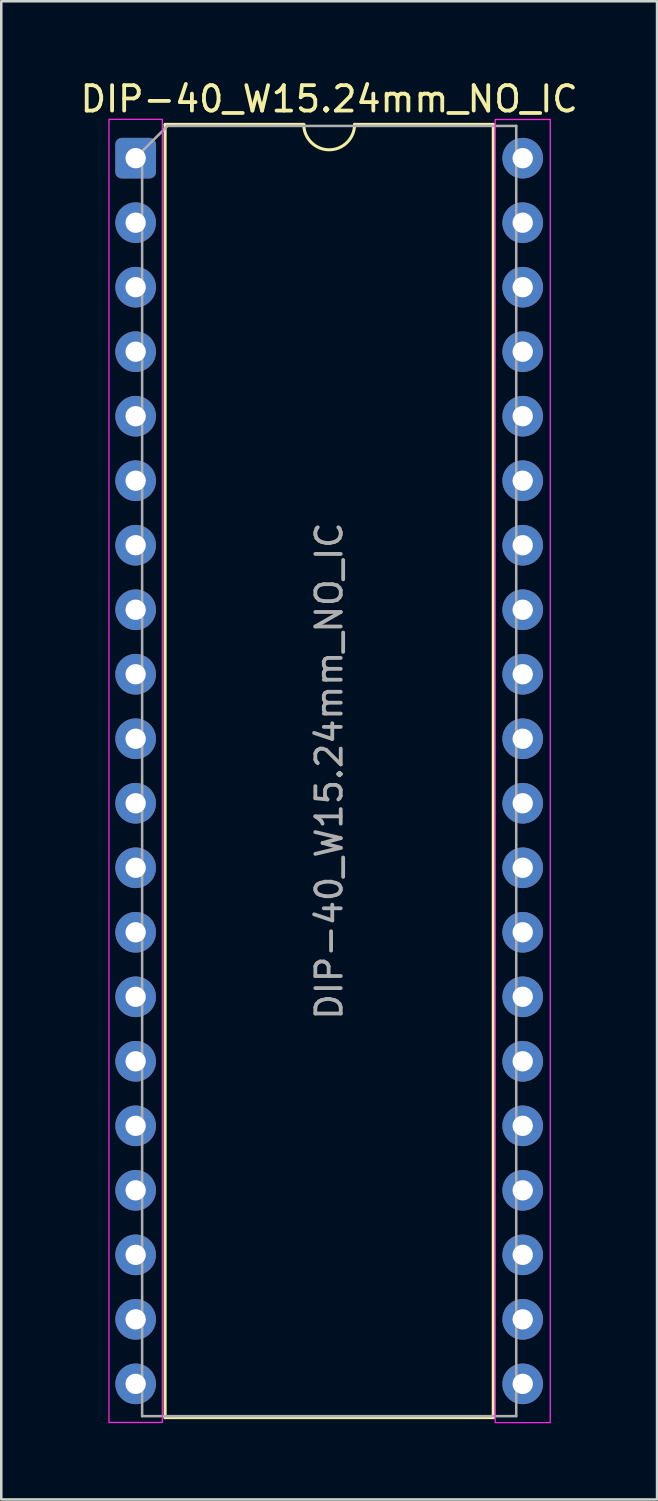
<source format=kicad_pcb>
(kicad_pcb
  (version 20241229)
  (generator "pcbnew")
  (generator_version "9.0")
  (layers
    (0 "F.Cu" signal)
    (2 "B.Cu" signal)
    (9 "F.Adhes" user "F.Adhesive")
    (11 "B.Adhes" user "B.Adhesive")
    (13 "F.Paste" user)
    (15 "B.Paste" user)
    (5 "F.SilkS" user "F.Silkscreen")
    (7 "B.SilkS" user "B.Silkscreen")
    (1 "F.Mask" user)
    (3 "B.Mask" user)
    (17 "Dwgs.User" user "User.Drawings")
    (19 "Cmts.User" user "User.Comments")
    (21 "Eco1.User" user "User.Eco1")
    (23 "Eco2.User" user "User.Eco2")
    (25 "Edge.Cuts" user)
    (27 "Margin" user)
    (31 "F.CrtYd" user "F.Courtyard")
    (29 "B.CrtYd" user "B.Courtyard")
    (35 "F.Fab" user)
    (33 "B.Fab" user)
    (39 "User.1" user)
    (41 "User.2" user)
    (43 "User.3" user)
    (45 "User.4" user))
  (footprint "DIP-40_W15.24mm_NO_IC"
    (layer "F.Cu")
    (at 2.291 3.178)
    (property "Reference" "DIP-40_W15.24mm_NO_IC" (at 7.62 -2.33 0) (layer "F.SilkS") (effects (font (size 1 1) (thickness 0.15))))
    (attr through_hole)
    (fp_line (start 1.16 -1.33) (end 1.16 49.59) (stroke (width 0.12) (type solid)) (layer "F.SilkS"))
    (fp_line (start 1.16 49.59) (end 14.08 49.59) (stroke (width 0.12) (type solid)) (layer "F.SilkS"))
    (fp_line (start 6.62 -1.33) (end 1.16 -1.33) (stroke (width 0.12) (type solid)) (layer "F.SilkS"))
    (fp_line (start 14.08 -1.33) (end 8.62 -1.33) (stroke (width 0.12) (type solid)) (layer "F.SilkS"))
    (fp_line (start 14.08 49.59) (end 14.08 -1.33) (stroke (width 0.12) (type solid)) (layer "F.SilkS"))
    (fp_arc (start 8.62 -1.33) (mid 7.62 -0.33) (end 6.62 -1.33) (stroke (width 0.12) (type solid)) (layer "F.SilkS"))
    (fp_rect (start -1.05 -1.53) (end 1.05 49.78) (stroke (width 0.05) (type solid)) (fill no) (layer "F.CrtYd"))
    (fp_rect (start 14.156 -1.524) (end 16.324 49.786) (stroke (width 0.05) (type solid)) (fill no) (layer "F.CrtYd"))
    (fp_line (start 0.255 -0.27) (end 1.255 -1.27) (stroke (width 0.1) (type solid)) (layer "F.Fab"))
    (fp_line (start 0.255 49.53) (end 0.255 -0.27) (stroke (width 0.1) (type solid)) (layer "F.Fab"))
    (fp_line (start 1.255 -1.27) (end 14.985 -1.27) (stroke (width 0.1) (type solid)) (layer "F.Fab"))
    (fp_line (start 14.985 -1.27) (end 14.985 49.53) (stroke (width 0.1) (type solid)) (layer "F.Fab"))
    (fp_line (start 14.985 49.53) (end 0.255 49.53) (stroke (width 0.1) (type solid)) (layer "F.Fab"))
    (fp_text user "${REFERENCE}" (at 7.62 24.13 90) (layer "F.Fab") (effects (font (size 1 1) (thickness 0.15))))
    (pad "1" thru_hole roundrect (at 0 0) (size 1.6 1.6) (drill 0.8) (layers "*.Cu" "*.Mask") (roundrect_rratio 0.156))
    (pad "2" thru_hole circle (at 0 2.54) (size 1.6 1.6) (drill 0.8) (layers "*.Cu" "*.Mask"))
    (pad "3" thru_hole circle (at 0 5.08) (size 1.6 1.6) (drill 0.8) (layers "*.Cu" "*.Mask"))
    (pad "4" thru_hole circle (at 0 7.62) (size 1.6 1.6) (drill 0.8) (layers "*.Cu" "*.Mask"))
    (pad "5" thru_hole circle (at 0 10.16) (size 1.6 1.6) (drill 0.8) (layers "*.Cu" "*.Mask"))
    (pad "6" thru_hole circle (at 0 12.7) (size 1.6 1.6) (drill 0.8) (layers "*.Cu" "*.Mask"))
    (pad "7" thru_hole circle (at 0 15.24) (size 1.6 1.6) (drill 0.8) (layers "*.Cu" "*.Mask"))
    (pad "8" thru_hole circle (at 0 17.78) (size 1.6 1.6) (drill 0.8) (layers "*.Cu" "*.Mask"))
    (pad "9" thru_hole circle (at 0 20.32) (size 1.6 1.6) (drill 0.8) (layers "*.Cu" "*.Mask"))
    (pad "10" thru_hole circle (at 0 22.86) (size 1.6 1.6) (drill 0.8) (layers "*.Cu" "*.Mask"))
    (pad "11" thru_hole circle (at 0 25.4) (size 1.6 1.6) (drill 0.8) (layers "*.Cu" "*.Mask"))
    (pad "12" thru_hole circle (at 0 27.94) (size 1.6 1.6) (drill 0.8) (layers "*.Cu" "*.Mask"))
    (pad "13" thru_hole circle (at 0 30.48) (size 1.6 1.6) (drill 0.8) (layers "*.Cu" "*.Mask"))
    (pad "14" thru_hole circle (at 0 33.02) (size 1.6 1.6) (drill 0.8) (layers "*.Cu" "*.Mask"))
    (pad "15" thru_hole circle (at 0 35.56) (size 1.6 1.6) (drill 0.8) (layers "*.Cu" "*.Mask"))
    (pad "16" thru_hole circle (at 0 38.1) (size 1.6 1.6) (drill 0.8) (layers "*.Cu" "*.Mask"))
    (pad "17" thru_hole circle (at 0 40.64) (size 1.6 1.6) (drill 0.8) (layers "*.Cu" "*.Mask"))
    (pad "18" thru_hole circle (at 0 43.18) (size 1.6 1.6) (drill 0.8) (layers "*.Cu" "*.Mask"))
    (pad "19" thru_hole circle (at 0 45.72) (size 1.6 1.6) (drill 0.8) (layers "*.Cu" "*.Mask"))
    (pad "20" thru_hole circle (at 0 48.26) (size 1.6 1.6) (drill 0.8) (layers "*.Cu" "*.Mask"))
    (pad "21" thru_hole circle (at 15.24 48.26) (size 1.6 1.6) (drill 0.8) (layers "*.Cu" "*.Mask"))
    (pad "22" thru_hole circle (at 15.24 45.72) (size 1.6 1.6) (drill 0.8) (layers "*.Cu" "*.Mask"))
    (pad "23" thru_hole circle (at 15.24 43.18) (size 1.6 1.6) (drill 0.8) (layers "*.Cu" "*.Mask"))
    (pad "24" thru_hole circle (at 15.24 40.64) (size 1.6 1.6) (drill 0.8) (layers "*.Cu" "*.Mask"))
    (pad "25" thru_hole circle (at 15.24 38.1) (size 1.6 1.6) (drill 0.8) (layers "*.Cu" "*.Mask"))
    (pad "26" thru_hole circle (at 15.24 35.56) (size 1.6 1.6) (drill 0.8) (layers "*.Cu" "*.Mask"))
    (pad "27" thru_hole circle (at 15.24 33.02) (size 1.6 1.6) (drill 0.8) (layers "*.Cu" "*.Mask"))
    (pad "28" thru_hole circle (at 15.24 30.48) (size 1.6 1.6) (drill 0.8) (layers "*.Cu" "*.Mask"))
    (pad "29" thru_hole circle (at 15.24 27.94) (size 1.6 1.6) (drill 0.8) (layers "*.Cu" "*.Mask"))
    (pad "30" thru_hole circle (at 15.24 25.4) (size 1.6 1.6) (drill 0.8) (layers "*.Cu" "*.Mask"))
    (pad "31" thru_hole circle (at 15.24 22.86) (size 1.6 1.6) (drill 0.8) (layers "*.Cu" "*.Mask"))
    (pad "32" thru_hole circle (at 15.24 20.32) (size 1.6 1.6) (drill 0.8) (layers "*.Cu" "*.Mask"))
    (pad "33" thru_hole circle (at 15.24 17.78) (size 1.6 1.6) (drill 0.8) (layers "*.Cu" "*.Mask"))
    (pad "34" thru_hole circle (at 15.24 15.24) (size 1.6 1.6) (drill 0.8) (layers "*.Cu" "*.Mask"))
    (pad "35" thru_hole circle (at 15.24 12.7) (size 1.6 1.6) (drill 0.8) (layers "*.Cu" "*.Mask"))
    (pad "36" thru_hole circle (at 15.24 10.16) (size 1.6 1.6) (drill 0.8) (layers "*.Cu" "*.Mask"))
    (pad "37" thru_hole circle (at 15.24 7.62) (size 1.6 1.6) (drill 0.8) (layers "*.Cu" "*.Mask"))
    (pad "38" thru_hole circle (at 15.24 5.08) (size 1.6 1.6) (drill 0.8) (layers "*.Cu" "*.Mask"))
    (pad "39" thru_hole circle (at 15.24 2.54) (size 1.6 1.6) (drill 0.8) (layers "*.Cu" "*.Mask"))
    (pad "40" thru_hole circle (at 15.24 0) (size 1.6 1.6) (drill 0.8) (layers "*.Cu" "*.Mask")))
  (gr_rect
    (start -3 -3)
    (end 22.821 55.989)
    (stroke (width 0.1) (type default))
    (fill no)
    (layer "Edge.Cuts")))
</source>
